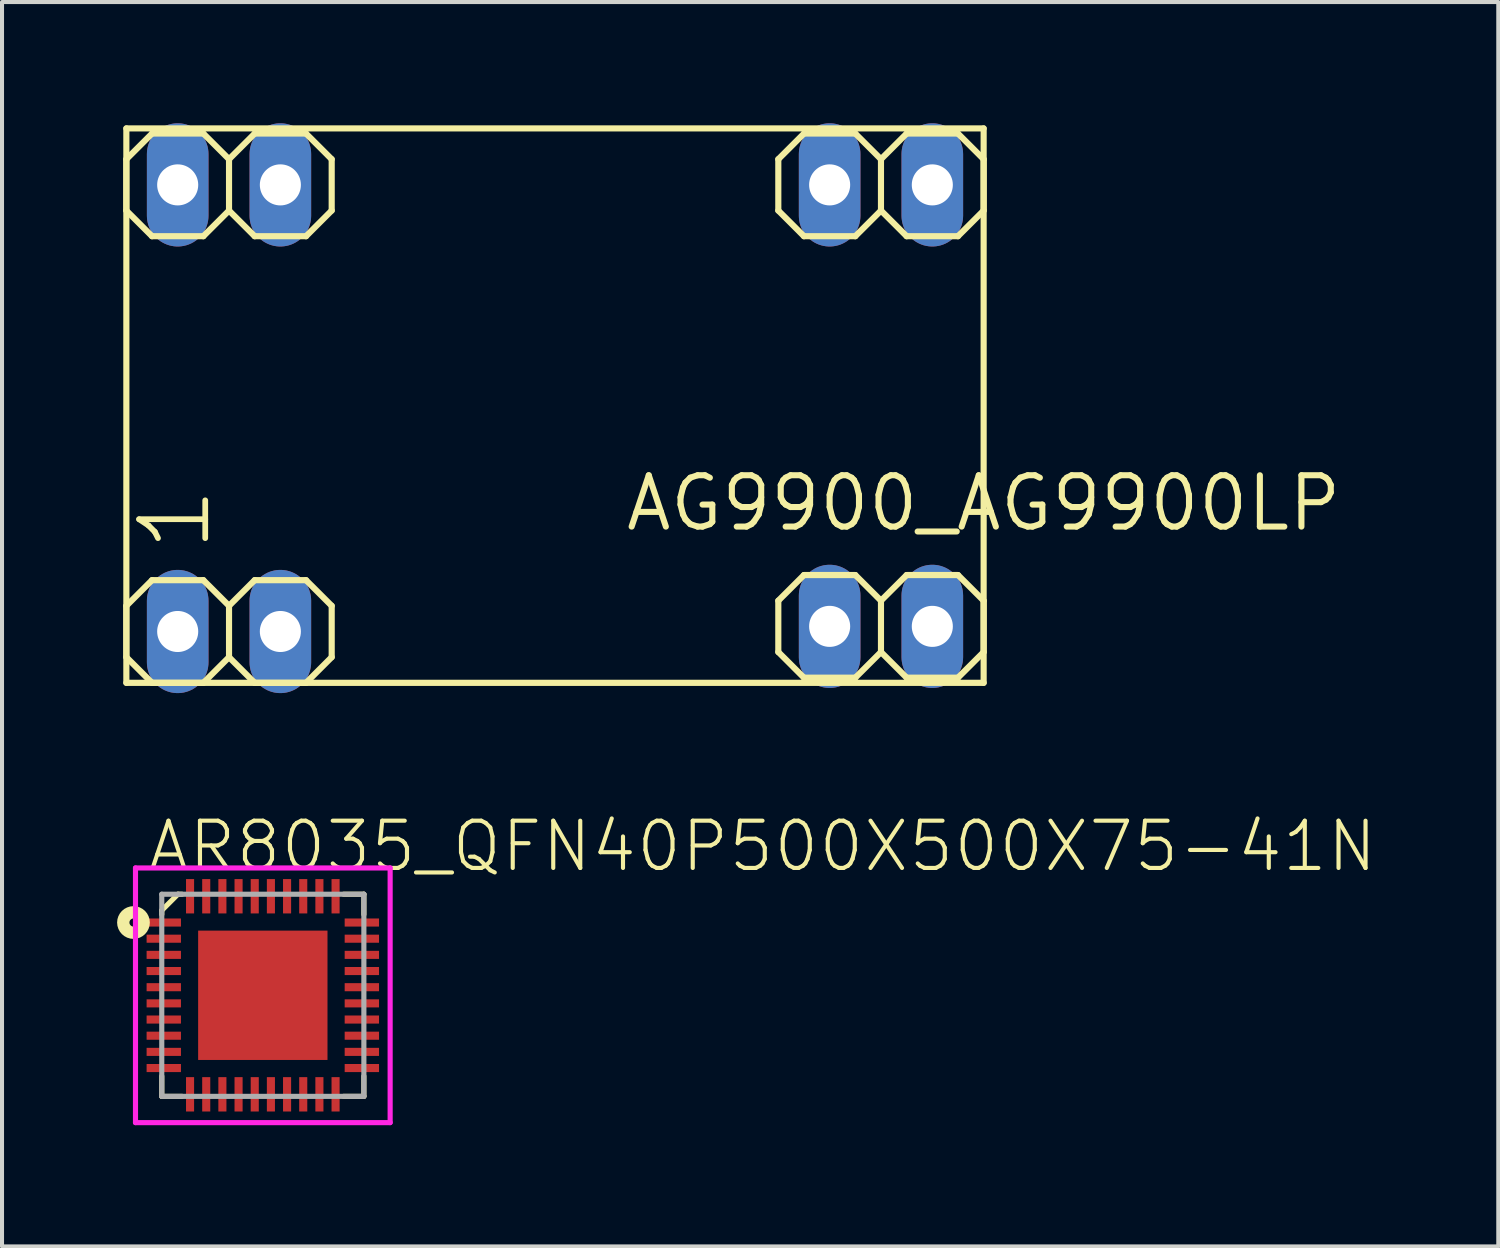
<source format=kicad_pcb>
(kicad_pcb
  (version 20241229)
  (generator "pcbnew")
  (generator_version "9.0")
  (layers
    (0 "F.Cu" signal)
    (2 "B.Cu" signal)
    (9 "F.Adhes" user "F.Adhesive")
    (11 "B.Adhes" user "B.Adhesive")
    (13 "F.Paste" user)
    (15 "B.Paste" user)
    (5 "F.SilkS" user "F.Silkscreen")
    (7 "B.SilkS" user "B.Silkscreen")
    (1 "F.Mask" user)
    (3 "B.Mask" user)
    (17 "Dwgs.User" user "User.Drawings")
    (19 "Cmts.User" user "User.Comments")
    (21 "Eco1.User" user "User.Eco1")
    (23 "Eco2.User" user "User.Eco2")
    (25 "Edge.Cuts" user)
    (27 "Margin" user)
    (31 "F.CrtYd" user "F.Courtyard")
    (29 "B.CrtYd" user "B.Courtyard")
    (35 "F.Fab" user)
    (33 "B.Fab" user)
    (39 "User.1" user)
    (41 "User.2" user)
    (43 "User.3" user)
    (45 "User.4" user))
  (footprint "AG9900_AG9900LP"
    (layer "F.Cu")
    (at 21.285 9.398)
    (property "Reference" "AG9900_AG9900LP" (at 0 0 0) (layer "F.SilkS") (effects (font (size 1.27 1.27) (thickness 0.15))))
    (fp_line (start -21.209 -9.271) (end -21.209 4.445) (stroke (width 0.152) (type solid)) (layer "F.SilkS"))
    (fp_line (start -21.209 -8.509) (end -21.209 -7.239) (stroke (width 0.152) (type solid)) (layer "F.SilkS"))
    (fp_line (start -21.209 -7.239) (end -20.574 -6.604) (stroke (width 0.152) (type solid)) (layer "F.SilkS"))
    (fp_line (start -21.209 2.54) (end -21.209 3.81) (stroke (width 0.152) (type solid)) (layer "F.SilkS"))
    (fp_line (start -21.209 3.81) (end -20.574 4.445) (stroke (width 0.152) (type solid)) (layer "F.SilkS"))
    (fp_line (start -21.209 4.445) (end 0 4.445) (stroke (width 0.152) (type solid)) (layer "F.SilkS"))
    (fp_line (start -20.574 -9.144) (end -21.209 -8.509) (stroke (width 0.152) (type solid)) (layer "F.SilkS"))
    (fp_line (start -20.574 -9.144) (end -19.304 -9.144) (stroke (width 0.152) (type solid)) (layer "F.SilkS"))
    (fp_line (start -20.574 1.905) (end -21.209 2.54) (stroke (width 0.152) (type solid)) (layer "F.SilkS"))
    (fp_line (start -20.574 1.905) (end -19.304 1.905) (stroke (width 0.152) (type solid)) (layer "F.SilkS"))
    (fp_line (start -19.304 -9.144) (end -18.669 -8.509) (stroke (width 0.152) (type solid)) (layer "F.SilkS"))
    (fp_line (start -19.304 -6.604) (end -20.574 -6.604) (stroke (width 0.152) (type solid)) (layer "F.SilkS"))
    (fp_line (start -19.304 1.905) (end -18.669 2.54) (stroke (width 0.152) (type solid)) (layer "F.SilkS"))
    (fp_line (start -19.304 4.445) (end -20.574 4.445) (stroke (width 0.152) (type solid)) (layer "F.SilkS"))
    (fp_line (start -18.669 -8.509) (end -18.669 -7.239) (stroke (width 0.152) (type solid)) (layer "F.SilkS"))
    (fp_line (start -18.669 -8.509) (end -18.034 -9.144) (stroke (width 0.152) (type solid)) (layer "F.SilkS"))
    (fp_line (start -18.669 -7.239) (end -19.304 -6.604) (stroke (width 0.152) (type solid)) (layer "F.SilkS"))
    (fp_line (start -18.669 2.54) (end -18.669 3.81) (stroke (width 0.152) (type solid)) (layer "F.SilkS"))
    (fp_line (start -18.669 2.54) (end -18.034 1.905) (stroke (width 0.152) (type solid)) (layer "F.SilkS"))
    (fp_line (start -18.669 3.81) (end -19.304 4.445) (stroke (width 0.152) (type solid)) (layer "F.SilkS"))
    (fp_line (start -18.034 -9.144) (end -16.764 -9.144) (stroke (width 0.152) (type solid)) (layer "F.SilkS"))
    (fp_line (start -18.034 -6.604) (end -18.669 -7.239) (stroke (width 0.152) (type solid)) (layer "F.SilkS"))
    (fp_line (start -18.034 1.905) (end -16.764 1.905) (stroke (width 0.152) (type solid)) (layer "F.SilkS"))
    (fp_line (start -18.034 4.445) (end -18.669 3.81) (stroke (width 0.152) (type solid)) (layer "F.SilkS"))
    (fp_line (start -16.764 -9.144) (end -16.129 -8.509) (stroke (width 0.152) (type solid)) (layer "F.SilkS"))
    (fp_line (start -16.764 -6.604) (end -18.034 -6.604) (stroke (width 0.152) (type solid)) (layer "F.SilkS"))
    (fp_line (start -16.764 1.905) (end -16.129 2.54) (stroke (width 0.152) (type solid)) (layer "F.SilkS"))
    (fp_line (start -16.764 4.445) (end -18.034 4.445) (stroke (width 0.152) (type solid)) (layer "F.SilkS"))
    (fp_line (start -16.129 -8.509) (end -16.129 -7.239) (stroke (width 0.152) (type solid)) (layer "F.SilkS"))
    (fp_line (start -16.129 -7.239) (end -16.764 -6.604) (stroke (width 0.152) (type solid)) (layer "F.SilkS"))
    (fp_line (start -16.129 2.54) (end -16.129 3.81) (stroke (width 0.152) (type solid)) (layer "F.SilkS"))
    (fp_line (start -16.129 3.81) (end -16.764 4.445) (stroke (width 0.152) (type solid)) (layer "F.SilkS"))
    (fp_line (start -5.08 -8.509) (end -5.08 -7.239) (stroke (width 0.152) (type solid)) (layer "F.SilkS"))
    (fp_line (start -5.08 -7.239) (end -4.445 -6.604) (stroke (width 0.152) (type solid)) (layer "F.SilkS"))
    (fp_line (start -5.08 2.413) (end -5.08 3.683) (stroke (width 0.152) (type solid)) (layer "F.SilkS"))
    (fp_line (start -5.08 3.683) (end -4.445 4.318) (stroke (width 0.152) (type solid)) (layer "F.SilkS"))
    (fp_line (start -4.445 -9.144) (end -5.08 -8.509) (stroke (width 0.152) (type solid)) (layer "F.SilkS"))
    (fp_line (start -4.445 -9.144) (end -3.175 -9.144) (stroke (width 0.152) (type solid)) (layer "F.SilkS"))
    (fp_line (start -4.445 1.778) (end -5.08 2.413) (stroke (width 0.152) (type solid)) (layer "F.SilkS"))
    (fp_line (start -4.445 1.778) (end -3.175 1.778) (stroke (width 0.152) (type solid)) (layer "F.SilkS"))
    (fp_line (start -3.175 -9.144) (end -2.54 -8.509) (stroke (width 0.152) (type solid)) (layer "F.SilkS"))
    (fp_line (start -3.175 -6.604) (end -4.445 -6.604) (stroke (width 0.152) (type solid)) (layer "F.SilkS"))
    (fp_line (start -3.175 1.778) (end -2.54 2.413) (stroke (width 0.152) (type solid)) (layer "F.SilkS"))
    (fp_line (start -3.175 4.318) (end -4.445 4.318) (stroke (width 0.152) (type solid)) (layer "F.SilkS"))
    (fp_line (start -2.54 -8.509) (end -2.54 -7.239) (stroke (width 0.152) (type solid)) (layer "F.SilkS"))
    (fp_line (start -2.54 -8.509) (end -1.905 -9.144) (stroke (width 0.152) (type solid)) (layer "F.SilkS"))
    (fp_line (start -2.54 -7.239) (end -3.175 -6.604) (stroke (width 0.152) (type solid)) (layer "F.SilkS"))
    (fp_line (start -2.54 2.413) (end -2.54 3.683) (stroke (width 0.152) (type solid)) (layer "F.SilkS"))
    (fp_line (start -2.54 2.413) (end -1.905 1.778) (stroke (width 0.152) (type solid)) (layer "F.SilkS"))
    (fp_line (start -2.54 3.683) (end -3.175 4.318) (stroke (width 0.152) (type solid)) (layer "F.SilkS"))
    (fp_line (start -1.905 -9.144) (end -0.635 -9.144) (stroke (width 0.152) (type solid)) (layer "F.SilkS"))
    (fp_line (start -1.905 -6.604) (end -2.54 -7.239) (stroke (width 0.152) (type solid)) (layer "F.SilkS"))
    (fp_line (start -1.905 1.778) (end -0.635 1.778) (stroke (width 0.152) (type solid)) (layer "F.SilkS"))
    (fp_line (start -1.905 4.318) (end -2.54 3.683) (stroke (width 0.152) (type solid)) (layer "F.SilkS"))
    (fp_line (start -0.635 -9.144) (end 0 -8.509) (stroke (width 0.152) (type solid)) (layer "F.SilkS"))
    (fp_line (start -0.635 -6.604) (end -1.905 -6.604) (stroke (width 0.152) (type solid)) (layer "F.SilkS"))
    (fp_line (start -0.635 1.778) (end 0 2.413) (stroke (width 0.152) (type solid)) (layer "F.SilkS"))
    (fp_line (start -0.635 4.318) (end -1.905 4.318) (stroke (width 0.152) (type solid)) (layer "F.SilkS"))
    (fp_line (start 0 -9.271) (end -21.209 -9.271) (stroke (width 0.152) (type solid)) (layer "F.SilkS"))
    (fp_line (start 0 -8.509) (end 0 -7.239) (stroke (width 0.152) (type solid)) (layer "F.SilkS"))
    (fp_line (start 0 -7.239) (end -0.635 -6.604) (stroke (width 0.152) (type solid)) (layer "F.SilkS"))
    (fp_line (start 0 2.413) (end 0 3.683) (stroke (width 0.152) (type solid)) (layer "F.SilkS"))
    (fp_line (start 0 3.683) (end -0.635 4.318) (stroke (width 0.152) (type solid)) (layer "F.SilkS"))
    (fp_line (start 0 4.445) (end 0 -9.271) (stroke (width 0.152) (type solid)) (layer "F.SilkS"))
    (fp_poly (pts (xy -20.193 -7.62) (xy -19.685 -7.62) (xy -19.685 -8.128) (xy -20.193 -8.128)) (stroke (width 0.1) (type default)) (fill no) (layer "F.Fab"))
    (fp_poly (pts (xy -20.193 3.429) (xy -19.685 3.429) (xy -19.685 2.921) (xy -20.193 2.921)) (stroke (width 0.1) (type default)) (fill no) (layer "F.Fab"))
    (fp_poly (pts (xy -17.653 -7.62) (xy -17.145 -7.62) (xy -17.145 -8.128) (xy -17.653 -8.128)) (stroke (width 0.1) (type default)) (fill no) (layer "F.Fab"))
    (fp_poly (pts (xy -17.653 3.429) (xy -17.145 3.429) (xy -17.145 2.921) (xy -17.653 2.921)) (stroke (width 0.1) (type default)) (fill no) (layer "F.Fab"))
    (fp_poly (pts (xy -4.064 -7.62) (xy -3.556 -7.62) (xy -3.556 -8.128) (xy -4.064 -8.128)) (stroke (width 0.1) (type default)) (fill no) (layer "F.Fab"))
    (fp_poly (pts (xy -4.064 3.302) (xy -3.556 3.302) (xy -3.556 2.794) (xy -4.064 2.794)) (stroke (width 0.1) (type default)) (fill no) (layer "F.Fab"))
    (fp_poly (pts (xy -1.524 -7.62) (xy -1.016 -7.62) (xy -1.016 -8.128) (xy -1.524 -8.128)) (stroke (width 0.1) (type default)) (fill no) (layer "F.Fab"))
    (fp_poly (pts (xy -1.524 3.302) (xy -1.016 3.302) (xy -1.016 2.794) (xy -1.524 2.794)) (stroke (width 0.1) (type default)) (fill no) (layer "F.Fab"))
    (fp_text user "1" (at -19.05 1.27 90) (unlocked yes) (layer "F.SilkS") (effects (font (size 1.636 1.636) (thickness 0.142)) (justify left bottom)))
    (pad "1" thru_hole oval (at -19.939 3.175 90) (size 3.048 1.524) (drill 1.016) (layers "*.Cu" "*.Mask"))
    (pad "2" thru_hole oval (at -17.399 3.175 90) (size 3.048 1.524) (drill 1.016) (layers "*.Cu" "*.Mask"))
    (pad "3" thru_hole oval (at -3.81 3.048 90) (size 3.048 1.524) (drill 1.016) (layers "*.Cu" "*.Mask"))
    (pad "4" thru_hole oval (at -1.27 3.048 90) (size 3.048 1.524) (drill 1.016) (layers "*.Cu" "*.Mask"))
    (pad "5" thru_hole oval (at -1.27 -7.874 90) (size 3.048 1.524) (drill 1.016) (layers "*.Cu" "*.Mask"))
    (pad "6" thru_hole oval (at -3.81 -7.874 90) (size 3.048 1.524) (drill 1.016) (layers "*.Cu" "*.Mask"))
    (pad "7" thru_hole oval (at -17.399 -7.874 90) (size 3.048 1.524) (drill 1.016) (layers "*.Cu" "*.Mask"))
    (pad "8" thru_hole oval (at -19.939 -7.874 90) (size 3.048 1.524) (drill 1.016) (layers "*.Cu" "*.Mask")))
  (footprint "AR8035_QFN40P500X500X75-41N"
    (layer "F.Cu")
    (at 3.452 21.573)
    (property "Reference" "AR8035_QFN40P500X500X75-41N" (at -2.902 -3.002 0) (unlocked yes) (layer "F.SilkS") (effects (font (size 1.169 1.169) (thickness 0.102)) (justify left bottom)))
    (fp_line (start -2.5 -2.1) (end -2.5 -2) (stroke (width 0.127) (type solid)) (layer "F.SilkS"))
    (fp_line (start -2.5 2) (end -2.5 2.5) (stroke (width 0.127) (type solid)) (layer "F.SilkS"))
    (fp_line (start -2.5 2.5) (end -2 2.5) (stroke (width 0.127) (type solid)) (layer "F.SilkS"))
    (fp_line (start -2.1 -2.5) (end -2.5 -2.1) (stroke (width 0.127) (type solid)) (layer "F.SilkS"))
    (fp_line (start -2 -2.5) (end -2.1 -2.5) (stroke (width 0.127) (type solid)) (layer "F.SilkS"))
    (fp_line (start 2 -2.5) (end 2.5 -2.5) (stroke (width 0.127) (type solid)) (layer "F.SilkS"))
    (fp_line (start 2.5 -2.5) (end 2.5 -2) (stroke (width 0.127) (type solid)) (layer "F.SilkS"))
    (fp_line (start 2.5 2) (end 2.5 2.5) (stroke (width 0.127) (type solid)) (layer "F.SilkS"))
    (fp_line (start 2.5 2.5) (end 2 2.5) (stroke (width 0.127) (type solid)) (layer "F.SilkS"))
    (fp_circle (center -3.2 -1.8) (end -3.1 -1.8) (stroke (width 0.305) (type solid)) (fill no) (layer "F.SilkS"))
    (fp_line (start -3.15 -3.15) (end 3.15 -3.15) (stroke (width 0.127) (type solid)) (layer "F.CrtYd"))
    (fp_line (start -3.15 3.15) (end -3.15 -3.15) (stroke (width 0.127) (type solid)) (layer "F.CrtYd"))
    (fp_line (start 3.15 -3.15) (end 3.15 3.15) (stroke (width 0.127) (type solid)) (layer "F.CrtYd"))
    (fp_line (start 3.15 3.15) (end -3.15 3.15) (stroke (width 0.127) (type solid)) (layer "F.CrtYd"))
    (fp_line (start -2.5 -2.5) (end 2.5 -2.5) (stroke (width 0.127) (type solid)) (layer "F.Fab"))
    (fp_line (start -2.5 2.5) (end -2.5 -2.5) (stroke (width 0.127) (type solid)) (layer "F.Fab"))
    (fp_line (start 2.5 -2.5) (end 2.5 2.5) (stroke (width 0.127) (type solid)) (layer "F.Fab"))
    (fp_line (start 2.5 2.5) (end -2.5 2.5) (stroke (width 0.127) (type solid)) (layer "F.Fab"))
    (pad "1" smd rect (at -2.45 -1.8) (size 0.85 0.2) (layers "F.Cu" "F.Mask" "F.Paste"))
    (pad "2" smd rect (at -2.45 -1.4) (size 0.85 0.2) (layers "F.Cu" "F.Mask" "F.Paste"))
    (pad "3" smd rect (at -2.45 -1) (size 0.85 0.2) (layers "F.Cu" "F.Mask" "F.Paste"))
    (pad "4" smd rect (at -2.45 -0.6) (size 0.85 0.2) (layers "F.Cu" "F.Mask" "F.Paste"))
    (pad "5" smd rect (at -2.45 -0.2) (size 0.85 0.2) (layers "F.Cu" "F.Mask" "F.Paste"))
    (pad "6" smd rect (at -2.45 0.2) (size 0.85 0.2) (layers "F.Cu" "F.Mask" "F.Paste"))
    (pad "7" smd rect (at -2.45 0.6) (size 0.85 0.2) (layers "F.Cu" "F.Mask" "F.Paste"))
    (pad "8" smd rect (at -2.45 1) (size 0.85 0.2) (layers "F.Cu" "F.Mask" "F.Paste"))
    (pad "9" smd rect (at -2.45 1.4) (size 0.85 0.2) (layers "F.Cu" "F.Mask" "F.Paste"))
    (pad "10" smd rect (at -2.45 1.8) (size 0.85 0.2) (layers "F.Cu" "F.Mask" "F.Paste"))
    (pad "11" smd rect (at -1.8 2.45 90) (size 0.85 0.2) (layers "F.Cu" "F.Mask" "F.Paste"))
    (pad "12" smd rect (at -1.4 2.45 90) (size 0.85 0.2) (layers "F.Cu" "F.Mask" "F.Paste"))
    (pad "13" smd rect (at -1 2.45 90) (size 0.85 0.2) (layers "F.Cu" "F.Mask" "F.Paste"))
    (pad "14" smd rect (at -0.6 2.45 90) (size 0.85 0.2) (layers "F.Cu" "F.Mask" "F.Paste"))
    (pad "15" smd rect (at -0.2 2.45 90) (size 0.85 0.2) (layers "F.Cu" "F.Mask" "F.Paste"))
    (pad "16" smd rect (at 0.2 2.45 90) (size 0.85 0.2) (layers "F.Cu" "F.Mask" "F.Paste"))
    (pad "17" smd rect (at 0.6 2.45 90) (size 0.85 0.2) (layers "F.Cu" "F.Mask" "F.Paste"))
    (pad "18" smd rect (at 1 2.45 90) (size 0.85 0.2) (layers "F.Cu" "F.Mask" "F.Paste"))
    (pad "19" smd rect (at 1.4 2.45 90) (size 0.85 0.2) (layers "F.Cu" "F.Mask" "F.Paste"))
    (pad "20" smd rect (at 1.8 2.45 90) (size 0.85 0.2) (layers "F.Cu" "F.Mask" "F.Paste"))
    (pad "21" smd rect (at 2.45 1.8 180) (size 0.85 0.2) (layers "F.Cu" "F.Mask" "F.Paste"))
    (pad "22" smd rect (at 2.45 1.4 180) (size 0.85 0.2) (layers "F.Cu" "F.Mask" "F.Paste"))
    (pad "23" smd rect (at 2.45 1 180) (size 0.85 0.2) (layers "F.Cu" "F.Mask" "F.Paste"))
    (pad "24" smd rect (at 2.45 0.6 180) (size 0.85 0.2) (layers "F.Cu" "F.Mask" "F.Paste"))
    (pad "25" smd rect (at 2.45 0.2 180) (size 0.85 0.2) (layers "F.Cu" "F.Mask" "F.Paste"))
    (pad "26" smd rect (at 2.45 -0.2 180) (size 0.85 0.2) (layers "F.Cu" "F.Mask" "F.Paste"))
    (pad "27" smd rect (at 2.45 -0.6 180) (size 0.85 0.2) (layers "F.Cu" "F.Mask" "F.Paste"))
    (pad "28" smd rect (at 2.45 -1 180) (size 0.85 0.2) (layers "F.Cu" "F.Mask" "F.Paste"))
    (pad "29" smd rect (at 2.45 -1.4 180) (size 0.85 0.2) (layers "F.Cu" "F.Mask" "F.Paste"))
    (pad "30" smd rect (at 2.45 -1.8 180) (size 0.85 0.2) (layers "F.Cu" "F.Mask" "F.Paste"))
    (pad "31" smd rect (at 1.8 -2.45 270) (size 0.85 0.2) (layers "F.Cu" "F.Mask" "F.Paste"))
    (pad "32" smd rect (at 1.4 -2.45 270) (size 0.85 0.2) (layers "F.Cu" "F.Mask" "F.Paste"))
    (pad "33" smd rect (at 1 -2.45 270) (size 0.85 0.2) (layers "F.Cu" "F.Mask" "F.Paste"))
    (pad "34" smd rect (at 0.6 -2.45 270) (size 0.85 0.2) (layers "F.Cu" "F.Mask" "F.Paste"))
    (pad "35" smd rect (at 0.2 -2.45 270) (size 0.85 0.2) (layers "F.Cu" "F.Mask" "F.Paste"))
    (pad "36" smd rect (at -0.2 -2.45 270) (size 0.85 0.2) (layers "F.Cu" "F.Mask" "F.Paste"))
    (pad "37" smd rect (at -0.6 -2.45 270) (size 0.85 0.2) (layers "F.Cu" "F.Mask" "F.Paste"))
    (pad "38" smd rect (at -1 -2.45 270) (size 0.85 0.2) (layers "F.Cu" "F.Mask" "F.Paste"))
    (pad "39" smd rect (at -1.4 -2.45 270) (size 0.85 0.2) (layers "F.Cu" "F.Mask" "F.Paste"))
    (pad "40" smd rect (at -1.8 -2.45 270) (size 0.85 0.2) (layers "F.Cu" "F.Mask" "F.Paste"))
    (pad "41" smd rect (at 0 0) (size 3.2 3.2) (layers "F.Cu" "F.Mask" "F.Paste")))
  (gr_rect
    (start -3 -3)
    (end 34.017 27.786)
    (stroke (width 0.1) (type default))
    (fill no)
    (layer "Edge.Cuts")))
</source>
